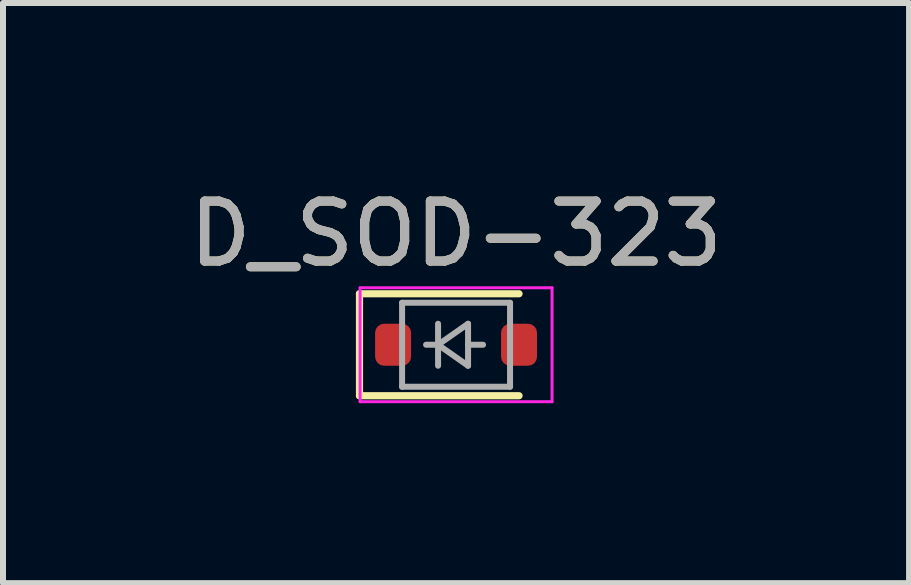
<source format=kicad_pcb>
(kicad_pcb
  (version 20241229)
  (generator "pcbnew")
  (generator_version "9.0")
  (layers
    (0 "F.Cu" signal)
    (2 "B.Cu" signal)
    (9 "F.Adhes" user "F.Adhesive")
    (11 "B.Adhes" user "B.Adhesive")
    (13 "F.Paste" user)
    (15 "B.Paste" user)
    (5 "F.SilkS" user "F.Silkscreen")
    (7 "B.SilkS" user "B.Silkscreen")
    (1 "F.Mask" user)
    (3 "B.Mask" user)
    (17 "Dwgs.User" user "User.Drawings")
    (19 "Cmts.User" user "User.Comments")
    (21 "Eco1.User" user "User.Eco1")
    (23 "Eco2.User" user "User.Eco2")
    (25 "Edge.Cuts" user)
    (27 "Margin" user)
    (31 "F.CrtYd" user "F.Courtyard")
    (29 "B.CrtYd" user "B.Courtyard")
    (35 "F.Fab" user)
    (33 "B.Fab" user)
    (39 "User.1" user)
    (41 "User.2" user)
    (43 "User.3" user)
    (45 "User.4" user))
  (footprint "D_SOD-323"
    (layer "F.Cu")
    (at 4.554 2.698)
    (property "Reference" "D_SOD-323" (at 0 -1.85 0) (layer "F.SilkS") (effects (font (size 1 1) (thickness 0.15))))
    (attr smd)
    (fp_line (start -1.61 -0.85) (end -1.61 0.85) (stroke (width 0.12) (type solid)) (layer "F.SilkS"))
    (fp_line (start -1.61 -0.85) (end 1.05 -0.85) (stroke (width 0.12) (type solid)) (layer "F.SilkS"))
    (fp_line (start -1.61 0.85) (end 1.05 0.85) (stroke (width 0.12) (type solid)) (layer "F.SilkS"))
    (fp_line (start -1.6 -0.95) (end -1.6 0.95) (stroke (width 0.05) (type solid)) (layer "F.CrtYd"))
    (fp_line (start -1.6 -0.95) (end 1.6 -0.95) (stroke (width 0.05) (type solid)) (layer "F.CrtYd"))
    (fp_line (start -1.6 0.95) (end 1.6 0.95) (stroke (width 0.05) (type solid)) (layer "F.CrtYd"))
    (fp_line (start 1.6 -0.95) (end 1.6 0.95) (stroke (width 0.05) (type solid)) (layer "F.CrtYd"))
    (fp_line (start -0.9 -0.7) (end 0.9 -0.7) (stroke (width 0.1) (type solid)) (layer "F.Fab"))
    (fp_line (start -0.9 0.7) (end -0.9 -0.7) (stroke (width 0.1) (type solid)) (layer "F.Fab"))
    (fp_line (start -0.3 -0.35) (end -0.3 0.35) (stroke (width 0.1) (type solid)) (layer "F.Fab"))
    (fp_line (start -0.3 0) (end -0.5 0) (stroke (width 0.1) (type solid)) (layer "F.Fab"))
    (fp_line (start -0.3 0) (end 0.2 -0.35) (stroke (width 0.1) (type solid)) (layer "F.Fab"))
    (fp_line (start 0.2 -0.35) (end 0.2 0.35) (stroke (width 0.1) (type solid)) (layer "F.Fab"))
    (fp_line (start 0.2 0) (end 0.45 0) (stroke (width 0.1) (type solid)) (layer "F.Fab"))
    (fp_line (start 0.2 0.35) (end -0.3 0) (stroke (width 0.1) (type solid)) (layer "F.Fab"))
    (fp_line (start 0.9 -0.7) (end 0.9 0.7) (stroke (width 0.1) (type solid)) (layer "F.Fab"))
    (fp_line (start 0.9 0.7) (end -0.9 0.7) (stroke (width 0.1) (type solid)) (layer "F.Fab"))
    (fp_text user "${REFERENCE}" (at 0 -1.85 0) (layer "F.Fab") (effects (font (size 1 1) (thickness 0.15))))
    (pad "1" smd roundrect (at -1.05 0) (size 0.6 0.7) (layers "F.Cu" "F.Mask" "F.Paste") (roundrect_rratio 0.25))
    (pad "2" smd roundrect (at 1.05 0) (size 0.6 0.7) (layers "F.Cu" "F.Mask" "F.Paste") (roundrect_rratio 0.25)))
  (gr_rect
    (start -3 -3)
    (end 12.107 6.673)
    (stroke (width 0.1) (type default))
    (fill no)
    (layer "Edge.Cuts")))
</source>
